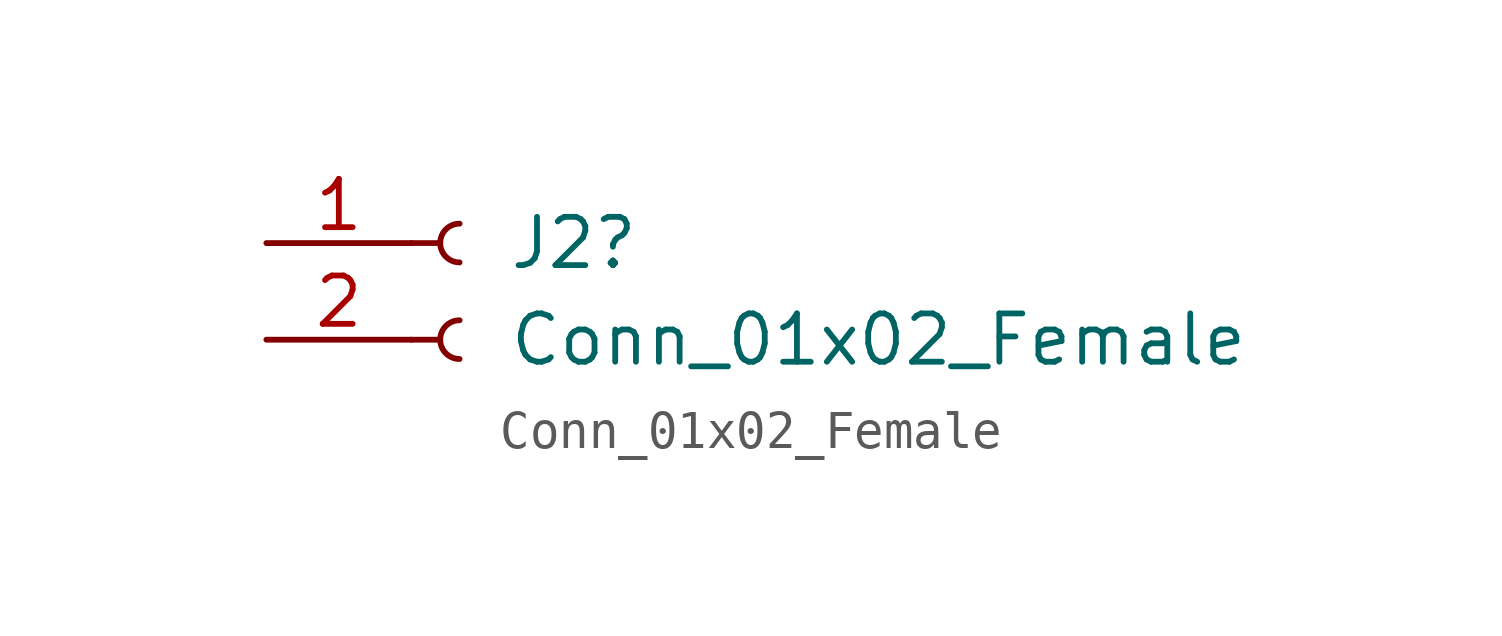
<source format=kicad_sym>
(kicad_symbol_lib
  (version 20220914)
  (generator kicad_symbol_editor)
  (symbol "Conn_01x02_Female"
    (pin_names
      (offset 1.016) hide)
    (property "Reference" "J2"
      (at 1.27 0.0001 0)
      (effects (font (size 1.27 1.27)) (justify left)))
    (property "Value" "Conn_01x02_Female"
      (at 1.27 -2.54 0)
      (effects (font (size 1.27 1.27)) (justify left)))
    (symbol "Conn_01x02_Female_1_1"
      (arc (start 0 -2.032) (mid -0.5058 -2.54) (end 0 -3.048) (stroke (width 0.1524) (type default)) (fill (type none)))
      (polyline (pts (xy -1.27 -2.54) (xy -0.508 -2.54)) (stroke (width 0.152) (type default)) (fill (type none)))
      (polyline (pts (xy -1.27 0) (xy -0.508 0)) (stroke (width 0.152) (type default)) (fill (type none)))
      (arc (start 0 0.508) (mid -0.5058 0) (end 0 -0.508) (stroke (width 0.1524) (type default)) (fill (type none)))
      (pin passive line (at -5.08 0 0) (length 3.81) (name "Pin_1" (effects (font (size 1.27 1.27)))) (number "1" (effects (font (size 1.27 1.27)))))
      (pin passive line (at -5.08 -2.54 0) (length 3.81) (name "Pin_2" (effects (font (size 1.27 1.27)))) (number "2" (effects (font (size 1.27 1.27))))))))
</source>
